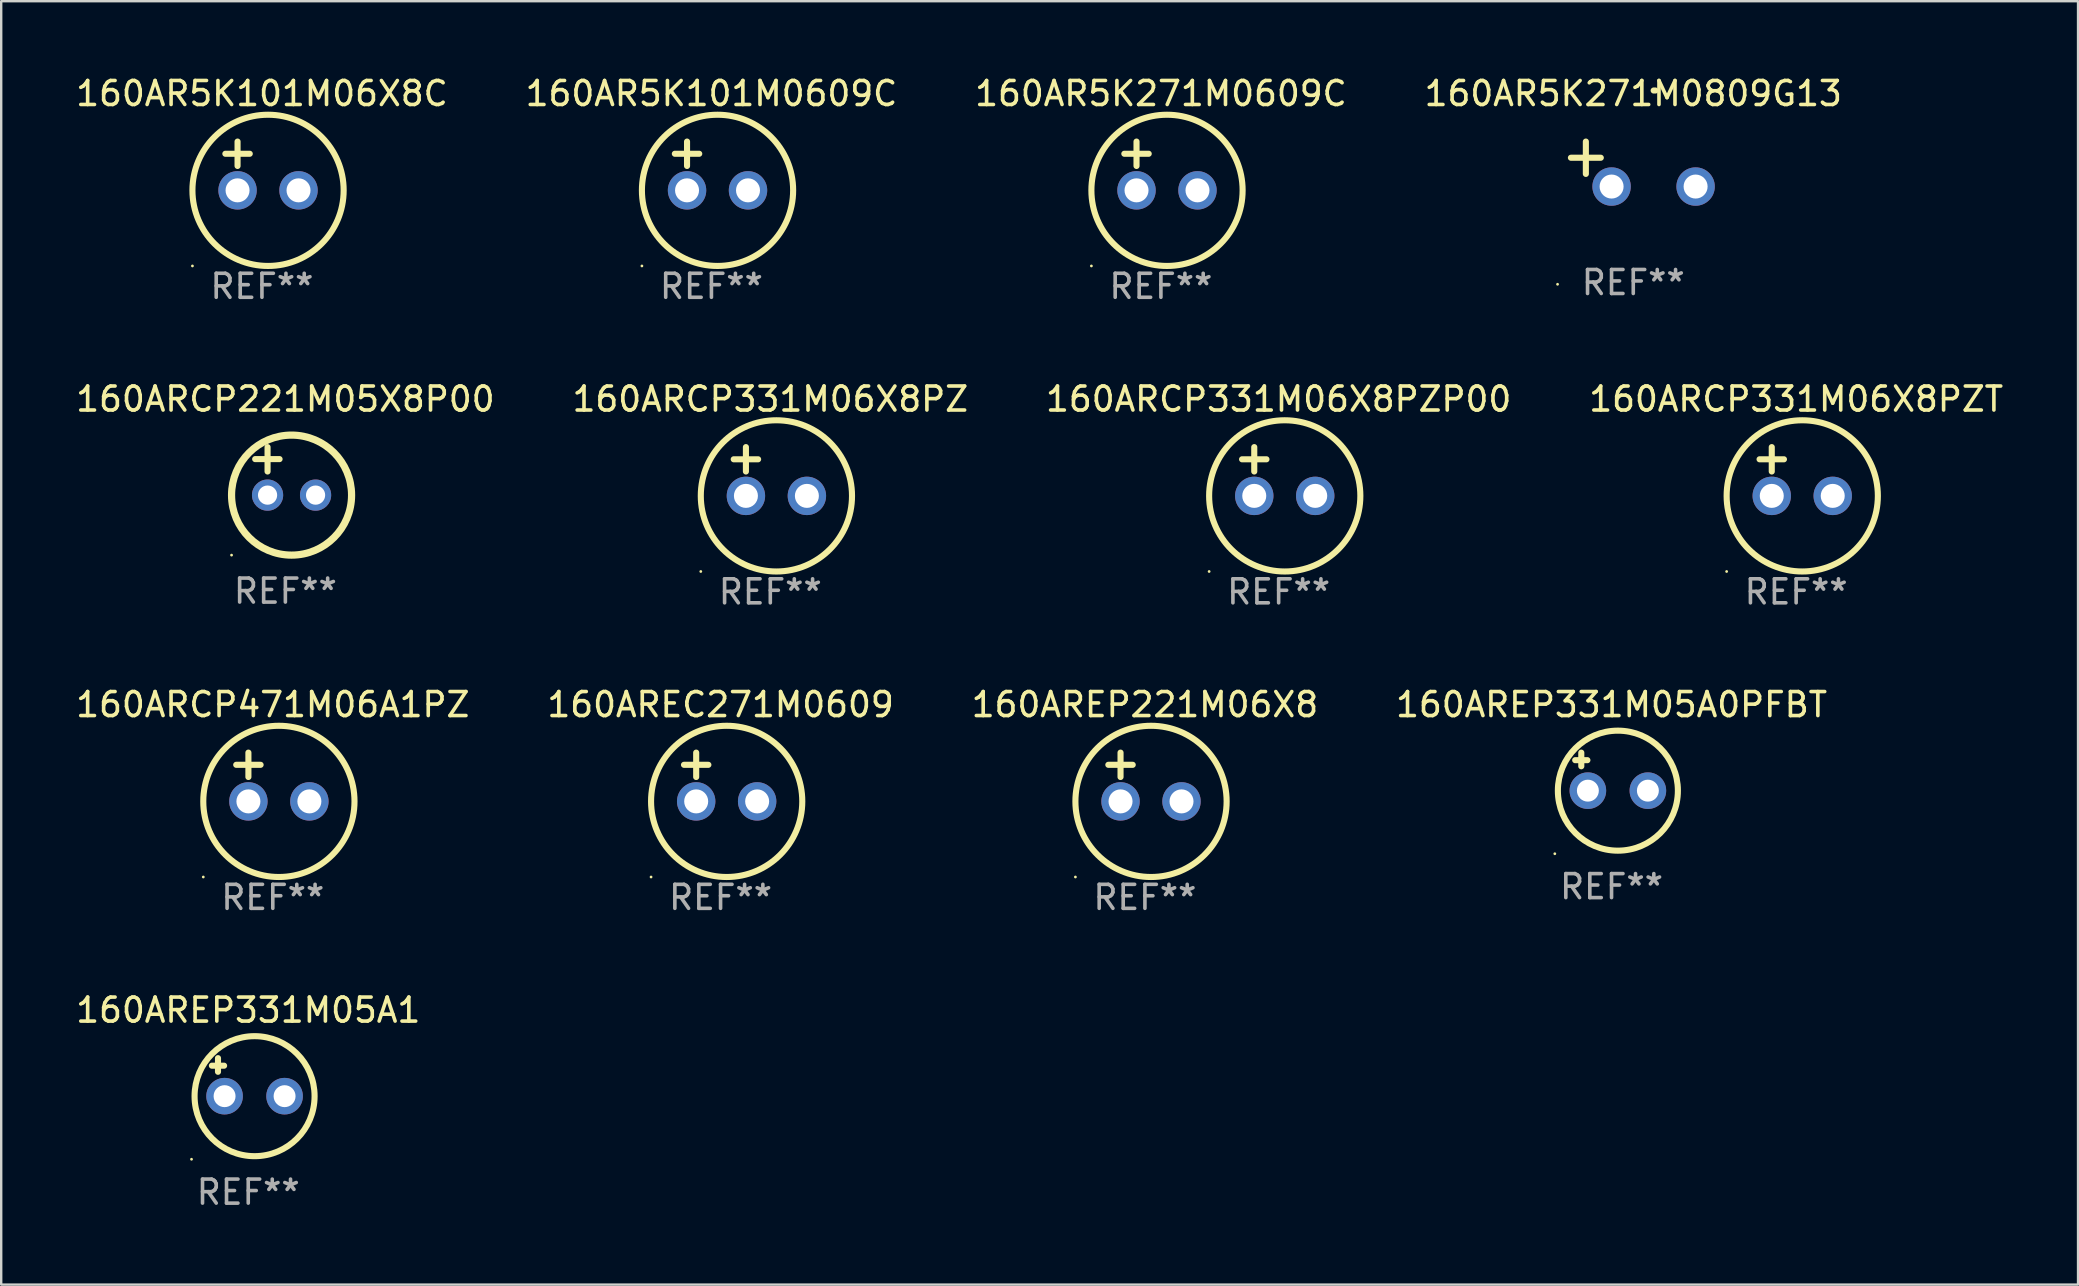
<source format=kicad_pcb>
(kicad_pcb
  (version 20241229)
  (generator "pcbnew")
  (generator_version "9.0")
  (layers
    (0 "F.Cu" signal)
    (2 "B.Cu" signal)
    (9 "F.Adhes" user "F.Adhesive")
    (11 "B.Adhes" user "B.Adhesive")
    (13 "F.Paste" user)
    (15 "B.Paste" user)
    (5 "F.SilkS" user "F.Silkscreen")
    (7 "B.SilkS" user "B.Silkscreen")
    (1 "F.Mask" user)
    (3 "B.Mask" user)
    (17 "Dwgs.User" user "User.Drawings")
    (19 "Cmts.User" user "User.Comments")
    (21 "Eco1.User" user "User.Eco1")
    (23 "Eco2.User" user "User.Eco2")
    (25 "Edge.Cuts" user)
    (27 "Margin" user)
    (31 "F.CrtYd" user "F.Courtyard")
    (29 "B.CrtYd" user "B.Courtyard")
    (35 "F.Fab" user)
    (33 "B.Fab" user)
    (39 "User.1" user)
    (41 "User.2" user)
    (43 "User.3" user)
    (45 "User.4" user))
  (footprint "160AR5K271M0809G13"
    (layer "F.Cu")
    (at 64.994 3.785)
    (property "Reference" "160AR5K271M0809G13" (at 0 -2.937 0) (layer "F.SilkS") (effects (font (size 1 1) (thickness 0.15))))
    (attr through_hole)
    (fp_line (start -1.975 0.41) (end -1.975 -0.937) (stroke (width 0.254) (type solid)) (layer "F.SilkS"))
    (fp_line (start -1.353 -0.263) (end -2.597 -0.263) (stroke (width 0.254) (type solid)) (layer "F.SilkS"))
    (fp_arc (start 0.849809 -3.063957) (mid 0.885369 -3.064114) (end 0.920929 -3.063957) (stroke (width 0.254001) (type solid)) (layer "F.SilkS"))
    (fp_circle (center -3.154 5.008) (end -3.124 5.008) (stroke (width 0.06) (type solid)) (fill no) (layer "F.SilkS"))
    (fp_text user "REF**" (at 0 4.937 0) (layer "F.Fab") (effects (font (size 1 1) (thickness 0.15))))
    (pad "1" thru_hole circle (at -0.903 0.937) (size 1.6 1.6) (drill 1) (layers "*.Cu" "*.Mask"))
    (pad "2" thru_hole circle (at 2.597 0.937) (size 1.6 1.6) (drill 1) (layers "*.Cu" "*.Mask")))
  (footprint "160AR5K101M06X8C"
    (layer "F.Cu")
    (at 7.863 3.864)
    (property "Reference" "160AR5K101M06X8C" (at 0 -3.016 0) (layer "F.SilkS") (effects (font (size 1 1) (thickness 0.15))))
    (attr through_hole)
    (fp_line (start -1.524 -0.508) (end -0.508 -0.508) (stroke (width 0.254) (type solid)) (layer "F.SilkS"))
    (fp_line (start -1.016 -1.016) (end -1.016 0) (stroke (width 0.254) (type solid)) (layer "F.SilkS"))
    (fp_circle (center -2.896 4.166) (end -2.866 4.166) (stroke (width 0.06) (type solid)) (fill no) (layer "F.SilkS"))
    (fp_circle (center 0.254 1.016) (end 3.404 1.016) (stroke (width 0.254) (type solid)) (fill no) (layer "F.SilkS"))
    (fp_text user "REF**" (at 0 5.016 0) (layer "F.Fab") (effects (font (size 1 1) (thickness 0.15))))
    (pad "1" thru_hole circle (at -1.016 1.016) (size 1.6 1.6) (drill 1) (layers "*.Cu" "*.Mask"))
    (pad "2" thru_hole circle (at 1.524 1.016) (size 1.6 1.6) (drill 1) (layers "*.Cu" "*.Mask")))
  (footprint "160ARCP221M05X8P00"
    (layer "F.Cu")
    (at 8.839 16.577)
    (property "Reference" "160ARCP221M05X8P00" (at 0 -3 0) (layer "F.SilkS") (effects (font (size 1 1) (thickness 0.15))))
    (attr through_hole)
    (fp_line (start -1.258 -0.5) (end -0.242 -0.5) (stroke (width 0.254) (type solid)) (layer "F.SilkS"))
    (fp_line (start -0.742 -1) (end -0.742 0.016) (stroke (width 0.254) (type solid)) (layer "F.SilkS"))
    (fp_circle (center -2.242 3.5) (end -2.212 3.5) (stroke (width 0.06) (type solid)) (fill no) (layer "F.SilkS"))
    (fp_circle (center 0.258 1) (end 2.758 1) (stroke (width 0.3) (type solid)) (fill no) (layer "F.SilkS"))
    (fp_text user "REF**" (at 0 5 0) (layer "F.Fab") (effects (font (size 1 1) (thickness 0.15))))
    (pad "1" thru_hole circle (at -0.742 1) (size 1.3 1.3) (drill 0.8) (layers "*.Cu" "*.Mask"))
    (pad "2" thru_hole circle (at 1.258 1) (size 1.3 1.3) (drill 0.8) (layers "*.Cu" "*.Mask")))
  (footprint "160ARCP331M06X8PZ"
    (layer "F.Cu")
    (at 29.042 16.593)
    (property "Reference" "160ARCP331M06X8PZ" (at 0 -3.016 0) (layer "F.SilkS") (effects (font (size 1 1) (thickness 0.15))))
    (attr through_hole)
    (fp_line (start -1.524 -0.508) (end -0.508 -0.508) (stroke (width 0.254) (type solid)) (layer "F.SilkS"))
    (fp_line (start -1.016 -1.016) (end -1.016 0) (stroke (width 0.254) (type solid)) (layer "F.SilkS"))
    (fp_circle (center -2.896 4.166) (end -2.866 4.166) (stroke (width 0.06) (type solid)) (fill no) (layer "F.SilkS"))
    (fp_circle (center 0.254 1.016) (end 3.404 1.016) (stroke (width 0.254) (type solid)) (fill no) (layer "F.SilkS"))
    (fp_text user "REF**" (at 0 5.016 0) (layer "F.Fab") (effects (font (size 1 1) (thickness 0.15))))
    (pad "1" thru_hole circle (at -1.016 1.016) (size 1.6 1.6) (drill 1) (layers "*.Cu" "*.Mask"))
    (pad "2" thru_hole circle (at 1.524 1.016) (size 1.6 1.6) (drill 1) (layers "*.Cu" "*.Mask")))
  (footprint "160AR5K271M0609C"
    (layer "F.Cu")
    (at 45.315 3.864)
    (property "Reference" "160AR5K271M0609C" (at 0 -3.016 0) (layer "F.SilkS") (effects (font (size 1 1) (thickness 0.15))))
    (attr through_hole)
    (fp_line (start -1.524 -0.508) (end -0.508 -0.508) (stroke (width 0.254) (type solid)) (layer "F.SilkS"))
    (fp_line (start -1.016 -1.016) (end -1.016 0) (stroke (width 0.254) (type solid)) (layer "F.SilkS"))
    (fp_circle (center -2.896 4.166) (end -2.866 4.166) (stroke (width 0.06) (type solid)) (fill no) (layer "F.SilkS"))
    (fp_circle (center 0.254 1.016) (end 3.404 1.016) (stroke (width 0.254) (type solid)) (fill no) (layer "F.SilkS"))
    (fp_text user "REF**" (at 0 5.016 0) (layer "F.Fab") (effects (font (size 1 1) (thickness 0.15))))
    (pad "1" thru_hole circle (at -1.016 1.016) (size 1.6 1.6) (drill 1) (layers "*.Cu" "*.Mask"))
    (pad "2" thru_hole circle (at 1.524 1.016) (size 1.6 1.6) (drill 1) (layers "*.Cu" "*.Mask")))
  (footprint "160ARCP331M06X8PZP00"
    (layer "F.Cu")
    (at 50.22 16.593)
    (property "Reference" "160ARCP331M06X8PZP00" (at 0 -3.016 0) (layer "F.SilkS") (effects (font (size 1 1) (thickness 0.15))))
    (attr through_hole)
    (fp_line (start -1.524 -0.508) (end -0.508 -0.508) (stroke (width 0.254) (type solid)) (layer "F.SilkS"))
    (fp_line (start -1.016 -1.016) (end -1.016 0) (stroke (width 0.254) (type solid)) (layer "F.SilkS"))
    (fp_circle (center -2.896 4.166) (end -2.866 4.166) (stroke (width 0.06) (type solid)) (fill no) (layer "F.SilkS"))
    (fp_circle (center 0.254 1.016) (end 3.404 1.016) (stroke (width 0.254) (type solid)) (fill no) (layer "F.SilkS"))
    (fp_text user "REF**" (at 0 5.016 0) (layer "F.Fab") (effects (font (size 1 1) (thickness 0.15))))
    (pad "1" thru_hole circle (at -1.016 1.016) (size 1.6 1.6) (drill 1) (layers "*.Cu" "*.Mask"))
    (pad "2" thru_hole circle (at 1.524 1.016) (size 1.6 1.6) (drill 1) (layers "*.Cu" "*.Mask")))
  (footprint "160AREP221M06X8"
    (layer "F.Cu")
    (at 44.649 29.321)
    (property "Reference" "160AREP221M06X8" (at 0 -3.016 0) (layer "F.SilkS") (effects (font (size 1 1) (thickness 0.15))))
    (attr through_hole)
    (fp_line (start -1.524 -0.508) (end -0.508 -0.508) (stroke (width 0.254) (type solid)) (layer "F.SilkS"))
    (fp_line (start -1.016 -1.016) (end -1.016 0) (stroke (width 0.254) (type solid)) (layer "F.SilkS"))
    (fp_circle (center -2.896 4.166) (end -2.866 4.166) (stroke (width 0.06) (type solid)) (fill no) (layer "F.SilkS"))
    (fp_circle (center 0.254 1.016) (end 3.404 1.016) (stroke (width 0.254) (type solid)) (fill no) (layer "F.SilkS"))
    (fp_text user "REF**" (at 0 5.016 0) (layer "F.Fab") (effects (font (size 1 1) (thickness 0.15))))
    (pad "1" thru_hole circle (at -1.016 1.016) (size 1.6 1.6) (drill 1) (layers "*.Cu" "*.Mask"))
    (pad "2" thru_hole circle (at 1.524 1.016) (size 1.6 1.6) (drill 1) (layers "*.Cu" "*.Mask")))
  (footprint "160ARCP471M06A1PZ"
    (layer "F.Cu")
    (at 8.315 29.321)
    (property "Reference" "160ARCP471M06A1PZ" (at 0 -3.016 0) (layer "F.SilkS") (effects (font (size 1 1) (thickness 0.15))))
    (attr through_hole)
    (fp_line (start -1.524 -0.508) (end -0.508 -0.508) (stroke (width 0.254) (type solid)) (layer "F.SilkS"))
    (fp_line (start -1.016 -1.016) (end -1.016 0) (stroke (width 0.254) (type solid)) (layer "F.SilkS"))
    (fp_circle (center -2.896 4.166) (end -2.866 4.166) (stroke (width 0.06) (type solid)) (fill no) (layer "F.SilkS"))
    (fp_circle (center 0.254 1.016) (end 3.404 1.016) (stroke (width 0.254) (type solid)) (fill no) (layer "F.SilkS"))
    (fp_text user "REF**" (at 0 5.016 0) (layer "F.Fab") (effects (font (size 1 1) (thickness 0.15))))
    (pad "1" thru_hole circle (at -1.016 1.016) (size 1.6 1.6) (drill 1) (layers "*.Cu" "*.Mask"))
    (pad "2" thru_hole circle (at 1.524 1.016) (size 1.6 1.6) (drill 1) (layers "*.Cu" "*.Mask")))
  (footprint "160AR5K101M0609C"
    (layer "F.Cu")
    (at 26.589 3.864)
    (property "Reference" "160AR5K101M0609C" (at 0 -3.016 0) (layer "F.SilkS") (effects (font (size 1 1) (thickness 0.15))))
    (attr through_hole)
    (fp_line (start -1.524 -0.508) (end -0.508 -0.508) (stroke (width 0.254) (type solid)) (layer "F.SilkS"))
    (fp_line (start -1.016 -1.016) (end -1.016 0) (stroke (width 0.254) (type solid)) (layer "F.SilkS"))
    (fp_circle (center -2.896 4.166) (end -2.866 4.166) (stroke (width 0.06) (type solid)) (fill no) (layer "F.SilkS"))
    (fp_circle (center 0.254 1.016) (end 3.404 1.016) (stroke (width 0.254) (type solid)) (fill no) (layer "F.SilkS"))
    (fp_text user "REF**" (at 0 5.016 0) (layer "F.Fab") (effects (font (size 1 1) (thickness 0.15))))
    (pad "1" thru_hole circle (at -1.016 1.016) (size 1.6 1.6) (drill 1) (layers "*.Cu" "*.Mask"))
    (pad "2" thru_hole circle (at 1.524 1.016) (size 1.6 1.6) (drill 1) (layers "*.Cu" "*.Mask")))
  (footprint "160AREC271M0609"
    (layer "F.Cu")
    (at 26.97 29.321)
    (property "Reference" "160AREC271M0609" (at 0 -3.016 0) (layer "F.SilkS") (effects (font (size 1 1) (thickness 0.15))))
    (attr through_hole)
    (fp_line (start -1.524 -0.508) (end -0.508 -0.508) (stroke (width 0.254) (type solid)) (layer "F.SilkS"))
    (fp_line (start -1.016 -1.016) (end -1.016 0) (stroke (width 0.254) (type solid)) (layer "F.SilkS"))
    (fp_circle (center -2.896 4.166) (end -2.866 4.166) (stroke (width 0.06) (type solid)) (fill no) (layer "F.SilkS"))
    (fp_circle (center 0.254 1.016) (end 3.404 1.016) (stroke (width 0.254) (type solid)) (fill no) (layer "F.SilkS"))
    (fp_text user "REF**" (at 0 5.016 0) (layer "F.Fab") (effects (font (size 1 1) (thickness 0.15))))
    (pad "1" thru_hole circle (at -1.016 1.016) (size 1.6 1.6) (drill 1) (layers "*.Cu" "*.Mask"))
    (pad "2" thru_hole circle (at 1.524 1.016) (size 1.6 1.6) (drill 1) (layers "*.Cu" "*.Mask")))
  (footprint "160AREP331M05A0PFBT"
    (layer "F.Cu")
    (at 64.089 29.098)
    (property "Reference" "160AREP331M05A0PFBT" (at 0 -2.792 0) (layer "F.SilkS") (effects (font (size 1 1) (thickness 0.15))))
    (attr through_hole)
    (fp_line (start -1.514 -0.478) (end -1.006 -0.478) (stroke (width 0.254) (type solid)) (layer "F.SilkS"))
    (fp_line (start -1.26 -0.792) (end -1.26 -0.224) (stroke (width 0.254) (type solid)) (layer "F.SilkS"))
    (fp_circle (center -2.363 3.42) (end -2.333 3.42) (stroke (width 0.06) (type solid)) (fill no) (layer "F.SilkS"))
    (fp_circle (center 0.264 0.792) (end 2.764 0.792) (stroke (width 0.254) (type solid)) (fill no) (layer "F.SilkS"))
    (fp_text user "REF**" (at 0 4.792 0) (layer "F.Fab") (effects (font (size 1 1) (thickness 0.15))))
    (pad "1" thru_hole circle (at -0.986 0.792) (size 1.524 1.524) (drill 0.914) (layers "*.Cu" "*.Mask"))
    (pad "2" thru_hole circle (at 1.514 0.792) (size 1.524 1.524) (drill 0.914) (layers "*.Cu" "*.Mask")))
  (footprint "160ARCP331M06X8PZT"
    (layer "F.Cu")
    (at 71.78 16.593)
    (property "Reference" "160ARCP331M06X8PZT" (at 0 -3.016 0) (layer "F.SilkS") (effects (font (size 1 1) (thickness 0.15))))
    (attr through_hole)
    (fp_line (start -1.524 -0.508) (end -0.508 -0.508) (stroke (width 0.254) (type solid)) (layer "F.SilkS"))
    (fp_line (start -1.016 -1.016) (end -1.016 0) (stroke (width 0.254) (type solid)) (layer "F.SilkS"))
    (fp_circle (center -2.896 4.166) (end -2.866 4.166) (stroke (width 0.06) (type solid)) (fill no) (layer "F.SilkS"))
    (fp_circle (center 0.254 1.016) (end 3.404 1.016) (stroke (width 0.254) (type solid)) (fill no) (layer "F.SilkS"))
    (fp_text user "REF**" (at 0 5.016 0) (layer "F.Fab") (effects (font (size 1 1) (thickness 0.15))))
    (pad "1" thru_hole circle (at -1.016 1.016) (size 1.6 1.6) (drill 1) (layers "*.Cu" "*.Mask"))
    (pad "2" thru_hole circle (at 1.524 1.016) (size 1.6 1.6) (drill 1) (layers "*.Cu" "*.Mask")))
  (footprint "160AREP331M05A1"
    (layer "F.Cu")
    (at 7.292 41.826)
    (property "Reference" "160AREP331M05A1" (at 0 -2.792 0) (layer "F.SilkS") (effects (font (size 1 1) (thickness 0.15))))
    (attr through_hole)
    (fp_line (start -1.514 -0.478) (end -1.006 -0.478) (stroke (width 0.254) (type solid)) (layer "F.SilkS"))
    (fp_line (start -1.26 -0.792) (end -1.26 -0.224) (stroke (width 0.254) (type solid)) (layer "F.SilkS"))
    (fp_circle (center -2.363 3.42) (end -2.333 3.42) (stroke (width 0.06) (type solid)) (fill no) (layer "F.SilkS"))
    (fp_circle (center 0.264 0.792) (end 2.764 0.792) (stroke (width 0.254) (type solid)) (fill no) (layer "F.SilkS"))
    (fp_text user "REF**" (at 0 4.792 0) (layer "F.Fab") (effects (font (size 1 1) (thickness 0.15))))
    (pad "1" thru_hole circle (at -0.986 0.792) (size 1.524 1.524) (drill 0.914) (layers "*.Cu" "*.Mask"))
    (pad "2" thru_hole circle (at 1.514 0.792) (size 1.524 1.524) (drill 0.914) (layers "*.Cu" "*.Mask")))
  (gr_rect
    (start -3 -3)
    (end 83.524 50.467)
    (stroke (width 0.1) (type default))
    (fill no)
    (layer "Edge.Cuts")))
</source>
